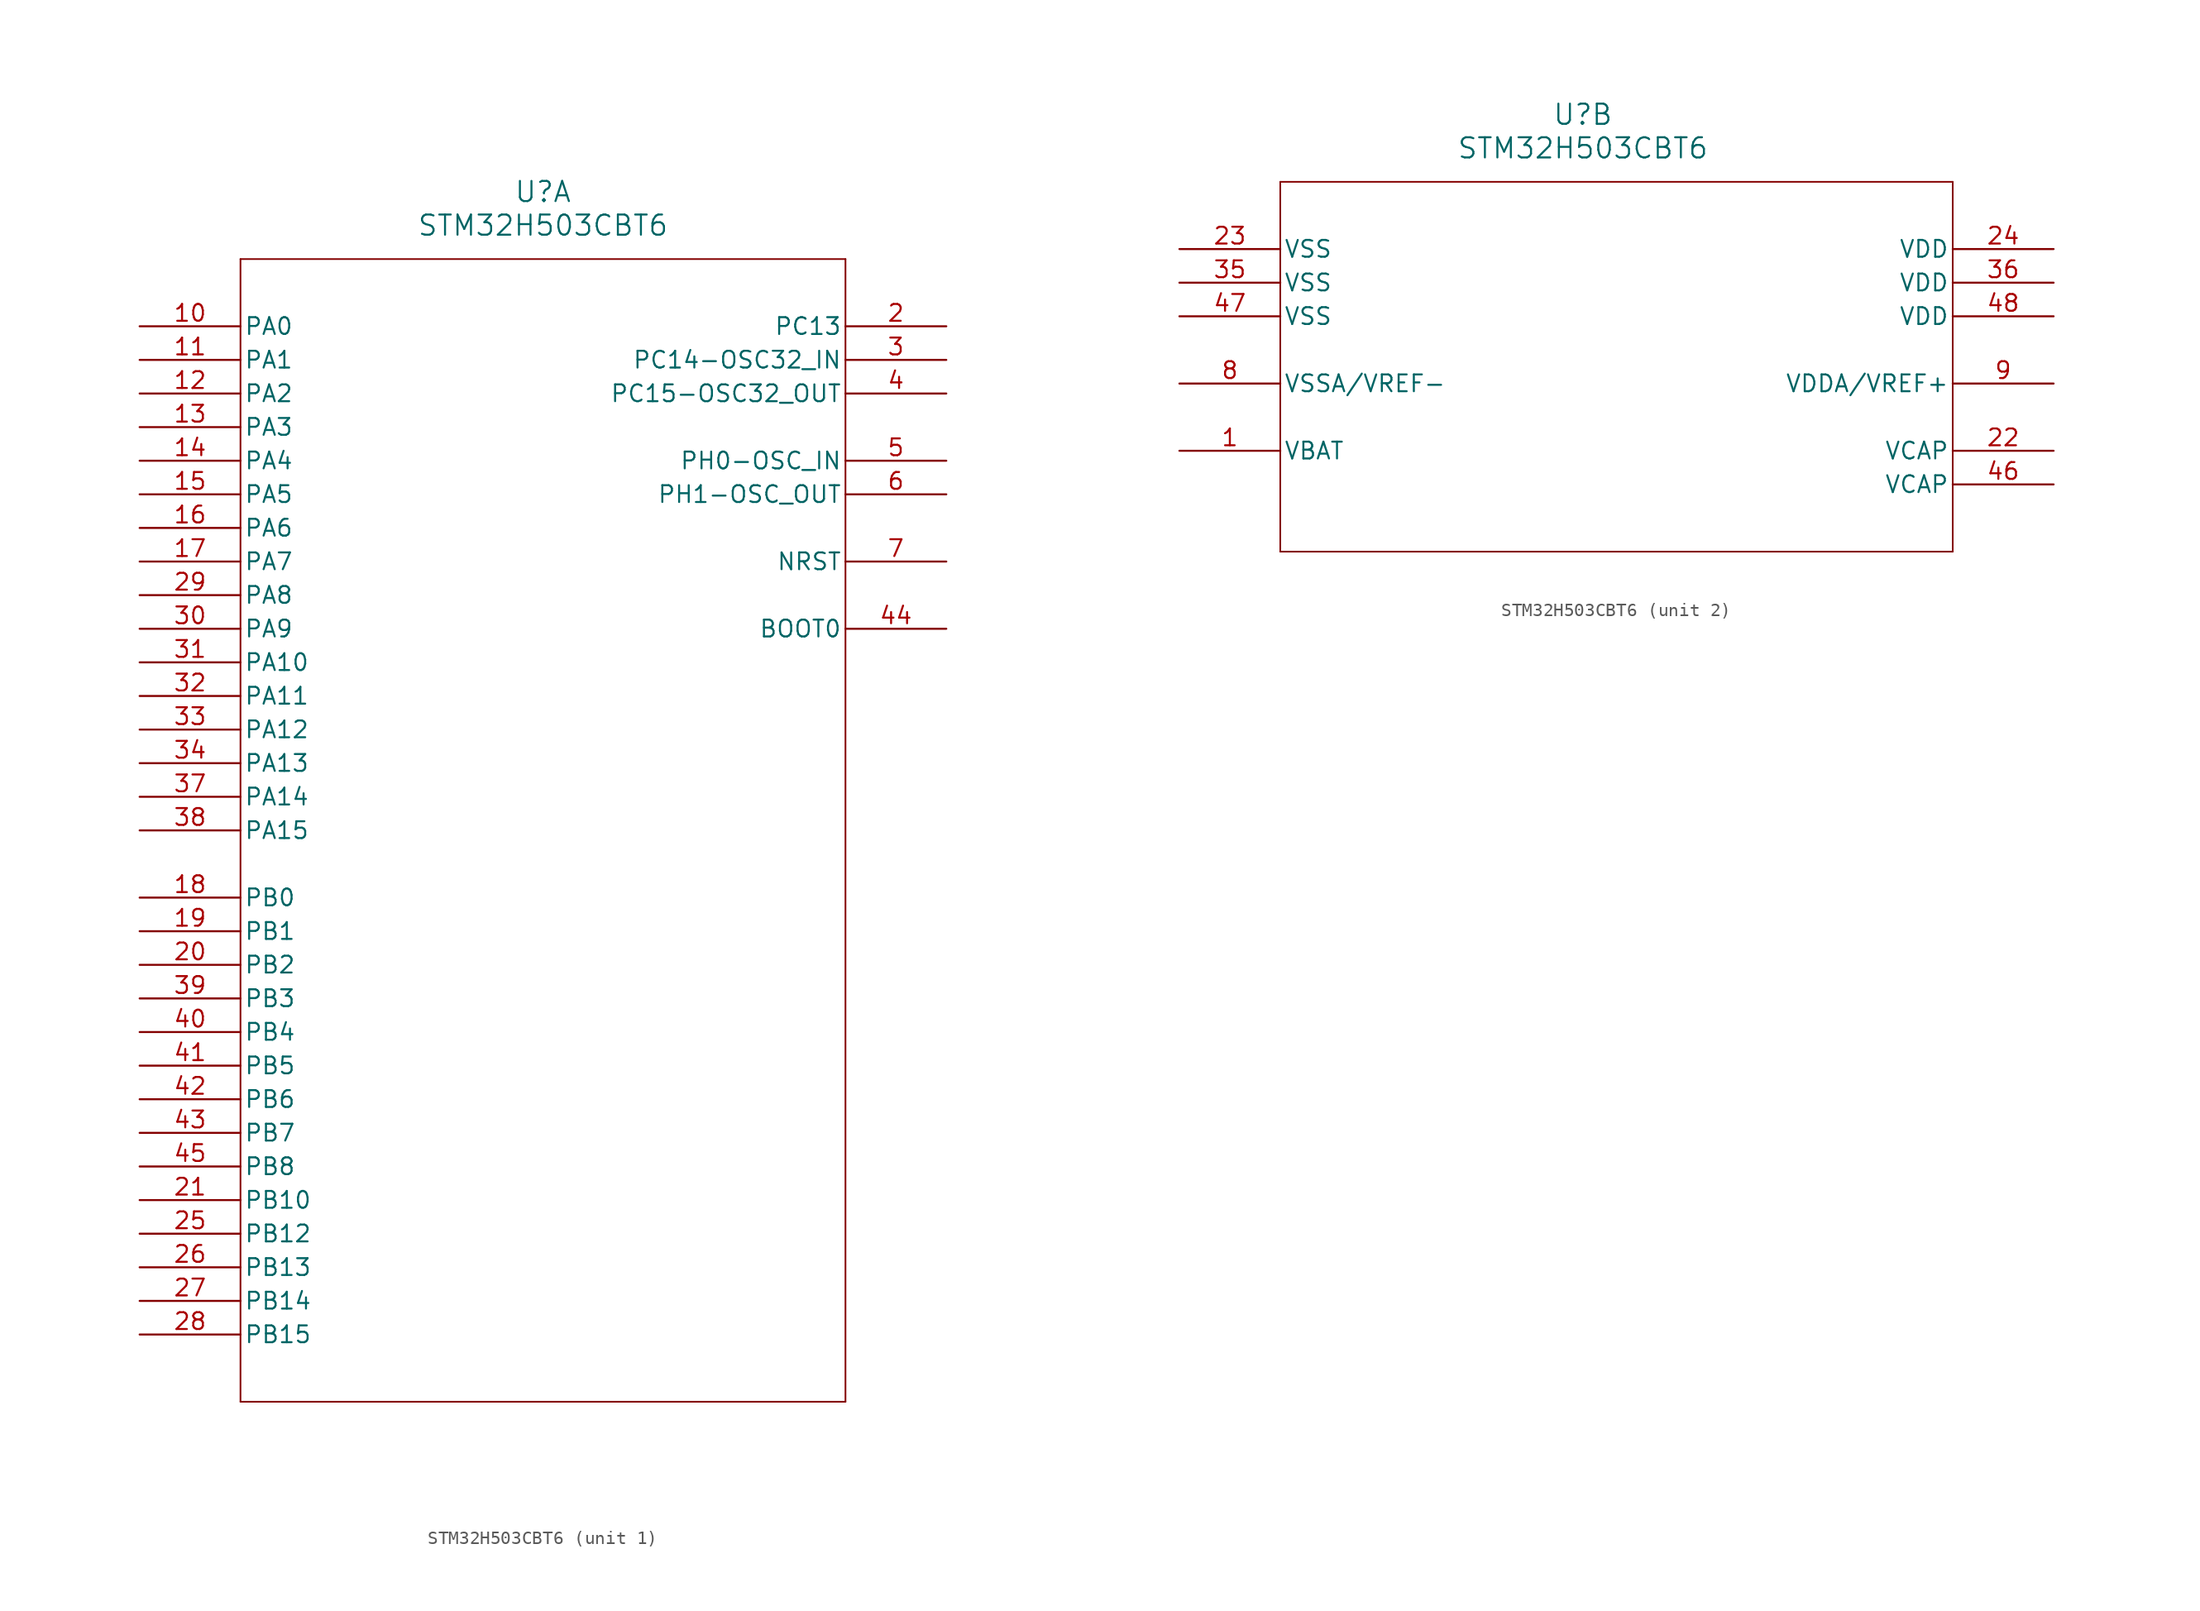
<source format=kicad_sym>
(kicad_symbol_lib
  (version 20220914)
  (generator kicad_symbol_editor)
  (symbol "STM32H503CBT6"
    (pin_names
      (offset 0.254))
    (property "Reference" "U"
      (at 30.48 10.16 0)
      (effects (font (size 1.524 1.524))))
    (property "Value" "STM32H503CBT6"
      (at 30.48 7.62 0)
      (effects (font (size 1.524 1.524))))
    (property "ki_locked" ""
      (at 0 0 0)
      (effects (font (size 1.27 1.27))))
    (symbol "STM32H503CBT6_1_1"
      (polyline (pts (xy 7.62 -81.28) (xy 53.34 -81.28)) (stroke (width 0.127) (type default)) (fill (type none)))
      (polyline (pts (xy 7.62 5.08) (xy 7.62 -81.28)) (stroke (width 0.127) (type default)) (fill (type none)))
      (polyline (pts (xy 53.34 -81.28) (xy 53.34 5.08)) (stroke (width 0.127) (type default)) (fill (type none)))
      (polyline (pts (xy 53.34 5.08) (xy 7.62 5.08)) (stroke (width 0.127) (type default)) (fill (type none)))
      (pin bidirectional line (at 0 0 0) (length 7.62) (name "PA0" (effects (font (size 1.27 1.27)))) (number "10" (effects (font (size 1.27 1.27)))))
      (pin bidirectional line (at 0 -2.54 0) (length 7.62) (name "PA1" (effects (font (size 1.27 1.27)))) (number "11" (effects (font (size 1.27 1.27)))))
      (pin bidirectional line (at 0 -5.08 0) (length 7.62) (name "PA2" (effects (font (size 1.27 1.27)))) (number "12" (effects (font (size 1.27 1.27)))))
      (pin bidirectional line (at 0 -7.62 0) (length 7.62) (name "PA3" (effects (font (size 1.27 1.27)))) (number "13" (effects (font (size 1.27 1.27)))))
      (pin bidirectional line (at 0 -10.16 0) (length 7.62) (name "PA4" (effects (font (size 1.27 1.27)))) (number "14" (effects (font (size 1.27 1.27)))))
      (pin bidirectional line (at 0 -12.7 0) (length 7.62) (name "PA5" (effects (font (size 1.27 1.27)))) (number "15" (effects (font (size 1.27 1.27)))))
      (pin bidirectional line (at 0 -15.24 0) (length 7.62) (name "PA6" (effects (font (size 1.27 1.27)))) (number "16" (effects (font (size 1.27 1.27)))))
      (pin bidirectional line (at 0 -17.78 0) (length 7.62) (name "PA7" (effects (font (size 1.27 1.27)))) (number "17" (effects (font (size 1.27 1.27)))))
      (pin bidirectional line (at 0 -43.18 0) (length 7.62) (name "PB0" (effects (font (size 1.27 1.27)))) (number "18" (effects (font (size 1.27 1.27)))))
      (pin bidirectional line (at 0 -45.72 0) (length 7.62) (name "PB1" (effects (font (size 1.27 1.27)))) (number "19" (effects (font (size 1.27 1.27)))))
      (pin bidirectional line (at 60.96 0 180) (length 7.62) (name "PC13" (effects (font (size 1.27 1.27)))) (number "2" (effects (font (size 1.27 1.27)))))
      (pin bidirectional line (at 0 -48.26 0) (length 7.62) (name "PB2" (effects (font (size 1.27 1.27)))) (number "20" (effects (font (size 1.27 1.27)))))
      (pin bidirectional line (at 0 -66.04 0) (length 7.62) (name "PB10" (effects (font (size 1.27 1.27)))) (number "21" (effects (font (size 1.27 1.27)))))
      (pin bidirectional line (at 0 -68.58 0) (length 7.62) (name "PB12" (effects (font (size 1.27 1.27)))) (number "25" (effects (font (size 1.27 1.27)))))
      (pin bidirectional line (at 0 -71.12 0) (length 7.62) (name "PB13" (effects (font (size 1.27 1.27)))) (number "26" (effects (font (size 1.27 1.27)))))
      (pin bidirectional line (at 0 -73.66 0) (length 7.62) (name "PB14" (effects (font (size 1.27 1.27)))) (number "27" (effects (font (size 1.27 1.27)))))
      (pin bidirectional line (at 0 -76.2 0) (length 7.62) (name "PB15" (effects (font (size 1.27 1.27)))) (number "28" (effects (font (size 1.27 1.27)))))
      (pin bidirectional line (at 0 -20.32 0) (length 7.62) (name "PA8" (effects (font (size 1.27 1.27)))) (number "29" (effects (font (size 1.27 1.27)))))
      (pin bidirectional line (at 60.96 -2.54 180) (length 7.62) (name "PC14-OSC32_IN" (effects (font (size 1.27 1.27)))) (number "3" (effects (font (size 1.27 1.27)))))
      (pin bidirectional line (at 0 -22.86 0) (length 7.62) (name "PA9" (effects (font (size 1.27 1.27)))) (number "30" (effects (font (size 1.27 1.27)))))
      (pin bidirectional line (at 0 -25.4 0) (length 7.62) (name "PA10" (effects (font (size 1.27 1.27)))) (number "31" (effects (font (size 1.27 1.27)))))
      (pin bidirectional line (at 0 -27.94 0) (length 7.62) (name "PA11" (effects (font (size 1.27 1.27)))) (number "32" (effects (font (size 1.27 1.27)))))
      (pin bidirectional line (at 0 -30.48 0) (length 7.62) (name "PA12" (effects (font (size 1.27 1.27)))) (number "33" (effects (font (size 1.27 1.27)))))
      (pin bidirectional line (at 0 -33.02 0) (length 7.62) (name "PA13" (effects (font (size 1.27 1.27)))) (number "34" (effects (font (size 1.27 1.27)))))
      (pin bidirectional line (at 0 -35.56 0) (length 7.62) (name "PA14" (effects (font (size 1.27 1.27)))) (number "37" (effects (font (size 1.27 1.27)))))
      (pin bidirectional line (at 0 -38.1 0) (length 7.62) (name "PA15" (effects (font (size 1.27 1.27)))) (number "38" (effects (font (size 1.27 1.27)))))
      (pin bidirectional line (at 0 -50.8 0) (length 7.62) (name "PB3" (effects (font (size 1.27 1.27)))) (number "39" (effects (font (size 1.27 1.27)))))
      (pin bidirectional line (at 60.96 -5.08 180) (length 7.62) (name "PC15-OSC32_OUT" (effects (font (size 1.27 1.27)))) (number "4" (effects (font (size 1.27 1.27)))))
      (pin bidirectional line (at 0 -53.34 0) (length 7.62) (name "PB4" (effects (font (size 1.27 1.27)))) (number "40" (effects (font (size 1.27 1.27)))))
      (pin bidirectional line (at 0 -55.88 0) (length 7.62) (name "PB5" (effects (font (size 1.27 1.27)))) (number "41" (effects (font (size 1.27 1.27)))))
      (pin bidirectional line (at 0 -58.42 0) (length 7.62) (name "PB6" (effects (font (size 1.27 1.27)))) (number "42" (effects (font (size 1.27 1.27)))))
      (pin bidirectional line (at 0 -60.96 0) (length 7.62) (name "PB7" (effects (font (size 1.27 1.27)))) (number "43" (effects (font (size 1.27 1.27)))))
      (pin bidirectional line (at 60.96 -22.86 180) (length 7.62) (name "BOOT0" (effects (font (size 1.27 1.27)))) (number "44" (effects (font (size 1.27 1.27)))))
      (pin bidirectional line (at 0 -63.5 0) (length 7.62) (name "PB8" (effects (font (size 1.27 1.27)))) (number "45" (effects (font (size 1.27 1.27)))))
      (pin bidirectional line (at 60.96 -10.16 180) (length 7.62) (name "PH0-OSC_IN" (effects (font (size 1.27 1.27)))) (number "5" (effects (font (size 1.27 1.27)))))
      (pin bidirectional line (at 60.96 -12.7 180) (length 7.62) (name "PH1-OSC_OUT" (effects (font (size 1.27 1.27)))) (number "6" (effects (font (size 1.27 1.27)))))
      (pin bidirectional line (at 60.96 -17.78 180) (length 7.62) (name "NRST" (effects (font (size 1.27 1.27)))) (number "7" (effects (font (size 1.27 1.27))))))
    (symbol "STM32H503CBT6_2_1"
      (polyline (pts (xy 7.62 -22.86) (xy 58.42 -22.86)) (stroke (width 0.127) (type default)) (fill (type none)))
      (polyline (pts (xy 7.62 5.08) (xy 7.62 -22.86)) (stroke (width 0.127) (type default)) (fill (type none)))
      (polyline (pts (xy 58.42 -22.86) (xy 58.42 5.08)) (stroke (width 0.127) (type default)) (fill (type none)))
      (polyline (pts (xy 58.42 5.08) (xy 7.62 5.08)) (stroke (width 0.127) (type default)) (fill (type none)))
      (pin power_in line (at 0 -15.24 0) (length 7.62) (name "VBAT" (effects (font (size 1.27 1.27)))) (number "1" (effects (font (size 1.27 1.27)))))
      (pin power_in line (at 66.04 -15.24 180) (length 7.62) (name "VCAP" (effects (font (size 1.27 1.27)))) (number "22" (effects (font (size 1.27 1.27)))))
      (pin power_in line (at 0 0 0) (length 7.62) (name "VSS" (effects (font (size 1.27 1.27)))) (number "23" (effects (font (size 1.27 1.27)))))
      (pin power_in line (at 66.04 0 180) (length 7.62) (name "VDD" (effects (font (size 1.27 1.27)))) (number "24" (effects (font (size 1.27 1.27)))))
      (pin power_in line (at 0 -2.54 0) (length 7.62) (name "VSS" (effects (font (size 1.27 1.27)))) (number "35" (effects (font (size 1.27 1.27)))))
      (pin power_in line (at 66.04 -2.54 180) (length 7.62) (name "VDD" (effects (font (size 1.27 1.27)))) (number "36" (effects (font (size 1.27 1.27)))))
      (pin power_in line (at 66.04 -17.78 180) (length 7.62) (name "VCAP" (effects (font (size 1.27 1.27)))) (number "46" (effects (font (size 1.27 1.27)))))
      (pin power_in line (at 0 -5.08 0) (length 7.62) (name "VSS" (effects (font (size 1.27 1.27)))) (number "47" (effects (font (size 1.27 1.27)))))
      (pin power_in line (at 66.04 -5.08 180) (length 7.62) (name "VDD" (effects (font (size 1.27 1.27)))) (number "48" (effects (font (size 1.27 1.27)))))
      (pin power_in line (at 0 -10.16 0) (length 7.62) (name "VSSA/VREF-" (effects (font (size 1.27 1.27)))) (number "8" (effects (font (size 1.27 1.27)))))
      (pin power_in line (at 66.04 -10.16 180) (length 7.62) (name "VDDA/VREF+" (effects (font (size 1.27 1.27)))) (number "9" (effects (font (size 1.27 1.27))))))))
</source>
